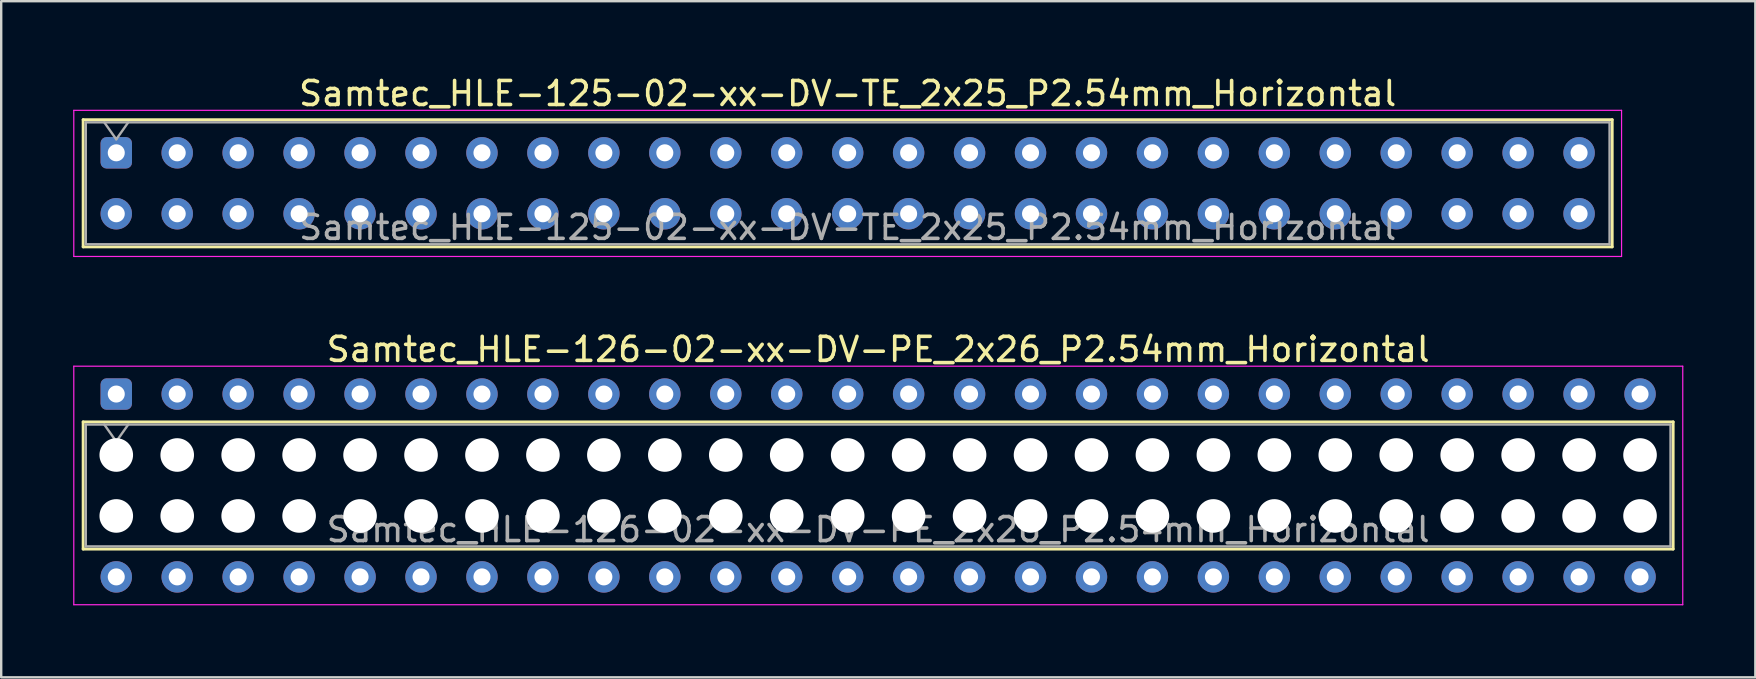
<source format=kicad_pcb>
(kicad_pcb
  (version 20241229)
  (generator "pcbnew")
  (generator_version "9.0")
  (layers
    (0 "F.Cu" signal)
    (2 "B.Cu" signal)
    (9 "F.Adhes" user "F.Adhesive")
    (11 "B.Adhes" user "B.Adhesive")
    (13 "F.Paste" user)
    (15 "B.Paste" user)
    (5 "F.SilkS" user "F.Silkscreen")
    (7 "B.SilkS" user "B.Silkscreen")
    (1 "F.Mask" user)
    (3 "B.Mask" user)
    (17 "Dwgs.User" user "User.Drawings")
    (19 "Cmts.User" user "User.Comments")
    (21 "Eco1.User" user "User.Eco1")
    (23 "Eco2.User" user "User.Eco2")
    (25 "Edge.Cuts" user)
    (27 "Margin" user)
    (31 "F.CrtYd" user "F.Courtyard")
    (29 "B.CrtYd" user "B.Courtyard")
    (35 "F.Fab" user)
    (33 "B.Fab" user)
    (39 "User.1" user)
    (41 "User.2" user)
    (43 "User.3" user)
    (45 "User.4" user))
  (footprint "Samtec_HLE-126-02-xx-DV-PE_2x26_P2.54mm_Horizontal"
    (layer "F.Cu")
    (at 1.795 13.371)
    (property "Reference" "Samtec_HLE-126-02-xx-DV-PE_2x26_P2.54mm_Horizontal" (at 31.75 -1.86 0) (layer "F.SilkS") (effects (font (size 1 1) (thickness 0.15))))
    (attr through_hole)
    (fp_line (start -1.38 1.16) (end 64.88 1.16) (stroke (width 0.12) (type solid)) (layer "F.SilkS"))
    (fp_line (start -1.38 6.46) (end -1.38 1.16) (stroke (width 0.12) (type solid)) (layer "F.SilkS"))
    (fp_line (start 64.88 1.16) (end 64.88 6.46) (stroke (width 0.12) (type solid)) (layer "F.SilkS"))
    (fp_line (start 64.88 6.46) (end -1.38 6.46) (stroke (width 0.12) (type solid)) (layer "F.SilkS"))
    (fp_line (start -1.77 -1.16) (end 65.28 -1.16) (stroke (width 0.05) (type solid)) (layer "F.CrtYd"))
    (fp_line (start -1.77 8.78) (end -1.77 -1.16) (stroke (width 0.05) (type solid)) (layer "F.CrtYd"))
    (fp_line (start 65.28 -1.16) (end 65.28 8.78) (stroke (width 0.05) (type solid)) (layer "F.CrtYd"))
    (fp_line (start 65.28 8.78) (end -1.77 8.78) (stroke (width 0.05) (type solid)) (layer "F.CrtYd"))
    (fp_line (start -1.27 1.27) (end 64.77 1.27) (stroke (width 0.1) (type solid)) (layer "F.Fab"))
    (fp_line (start -1.27 6.35) (end -1.27 1.27) (stroke (width 0.1) (type solid)) (layer "F.Fab"))
    (fp_line (start -0.5 1.27) (end 0 1.977) (stroke (width 0.1) (type solid)) (layer "F.Fab"))
    (fp_line (start 0 1.977) (end 0.5 1.27) (stroke (width 0.1) (type solid)) (layer "F.Fab"))
    (fp_line (start 64.77 1.27) (end 64.77 6.35) (stroke (width 0.1) (type solid)) (layer "F.Fab"))
    (fp_line (start 64.77 6.35) (end -1.27 6.35) (stroke (width 0.1) (type solid)) (layer "F.Fab"))
    (fp_text user "${REFERENCE}" (at 31.75 5.65 0) (layer "F.Fab") (effects (font (size 1 1) (thickness 0.15))))
    (pad "" np_thru_hole circle (at 0 2.54) (size 1.4 1.4) (drill 1.4) (layers "*.Cu" "*.Mask"))
    (pad "" np_thru_hole circle (at 0 5.08) (size 1.4 1.4) (drill 1.4) (layers "*.Cu" "*.Mask"))
    (pad "" np_thru_hole circle (at 2.54 2.54) (size 1.4 1.4) (drill 1.4) (layers "*.Cu" "*.Mask"))
    (pad "" np_thru_hole circle (at 2.54 5.08) (size 1.4 1.4) (drill 1.4) (layers "*.Cu" "*.Mask"))
    (pad "" np_thru_hole circle (at 5.08 2.54) (size 1.4 1.4) (drill 1.4) (layers "*.Cu" "*.Mask"))
    (pad "" np_thru_hole circle (at 5.08 5.08) (size 1.4 1.4) (drill 1.4) (layers "*.Cu" "*.Mask"))
    (pad "" np_thru_hole circle (at 7.62 2.54) (size 1.4 1.4) (drill 1.4) (layers "*.Cu" "*.Mask"))
    (pad "" np_thru_hole circle (at 7.62 5.08) (size 1.4 1.4) (drill 1.4) (layers "*.Cu" "*.Mask"))
    (pad "" np_thru_hole circle (at 10.16 2.54) (size 1.4 1.4) (drill 1.4) (layers "*.Cu" "*.Mask"))
    (pad "" np_thru_hole circle (at 10.16 5.08) (size 1.4 1.4) (drill 1.4) (layers "*.Cu" "*.Mask"))
    (pad "" np_thru_hole circle (at 12.7 2.54) (size 1.4 1.4) (drill 1.4) (layers "*.Cu" "*.Mask"))
    (pad "" np_thru_hole circle (at 12.7 5.08) (size 1.4 1.4) (drill 1.4) (layers "*.Cu" "*.Mask"))
    (pad "" np_thru_hole circle (at 15.24 2.54) (size 1.4 1.4) (drill 1.4) (layers "*.Cu" "*.Mask"))
    (pad "" np_thru_hole circle (at 15.24 5.08) (size 1.4 1.4) (drill 1.4) (layers "*.Cu" "*.Mask"))
    (pad "" np_thru_hole circle (at 17.78 2.54) (size 1.4 1.4) (drill 1.4) (layers "*.Cu" "*.Mask"))
    (pad "" np_thru_hole circle (at 17.78 5.08) (size 1.4 1.4) (drill 1.4) (layers "*.Cu" "*.Mask"))
    (pad "" np_thru_hole circle (at 20.32 2.54) (size 1.4 1.4) (drill 1.4) (layers "*.Cu" "*.Mask"))
    (pad "" np_thru_hole circle (at 20.32 5.08) (size 1.4 1.4) (drill 1.4) (layers "*.Cu" "*.Mask"))
    (pad "" np_thru_hole circle (at 22.86 2.54) (size 1.4 1.4) (drill 1.4) (layers "*.Cu" "*.Mask"))
    (pad "" np_thru_hole circle (at 22.86 5.08) (size 1.4 1.4) (drill 1.4) (layers "*.Cu" "*.Mask"))
    (pad "" np_thru_hole circle (at 25.4 2.54) (size 1.4 1.4) (drill 1.4) (layers "*.Cu" "*.Mask"))
    (pad "" np_thru_hole circle (at 25.4 5.08) (size 1.4 1.4) (drill 1.4) (layers "*.Cu" "*.Mask"))
    (pad "" np_thru_hole circle (at 27.94 2.54) (size 1.4 1.4) (drill 1.4) (layers "*.Cu" "*.Mask"))
    (pad "" np_thru_hole circle (at 27.94 5.08) (size 1.4 1.4) (drill 1.4) (layers "*.Cu" "*.Mask"))
    (pad "" np_thru_hole circle (at 30.48 2.54) (size 1.4 1.4) (drill 1.4) (layers "*.Cu" "*.Mask"))
    (pad "" np_thru_hole circle (at 30.48 5.08) (size 1.4 1.4) (drill 1.4) (layers "*.Cu" "*.Mask"))
    (pad "" np_thru_hole circle (at 33.02 2.54) (size 1.4 1.4) (drill 1.4) (layers "*.Cu" "*.Mask"))
    (pad "" np_thru_hole circle (at 33.02 5.08) (size 1.4 1.4) (drill 1.4) (layers "*.Cu" "*.Mask"))
    (pad "" np_thru_hole circle (at 35.56 2.54) (size 1.4 1.4) (drill 1.4) (layers "*.Cu" "*.Mask"))
    (pad "" np_thru_hole circle (at 35.56 5.08) (size 1.4 1.4) (drill 1.4) (layers "*.Cu" "*.Mask"))
    (pad "" np_thru_hole circle (at 38.1 2.54) (size 1.4 1.4) (drill 1.4) (layers "*.Cu" "*.Mask"))
    (pad "" np_thru_hole circle (at 38.1 5.08) (size 1.4 1.4) (drill 1.4) (layers "*.Cu" "*.Mask"))
    (pad "" np_thru_hole circle (at 40.64 2.54) (size 1.4 1.4) (drill 1.4) (layers "*.Cu" "*.Mask"))
    (pad "" np_thru_hole circle (at 40.64 5.08) (size 1.4 1.4) (drill 1.4) (layers "*.Cu" "*.Mask"))
    (pad "" np_thru_hole circle (at 43.18 2.54) (size 1.4 1.4) (drill 1.4) (layers "*.Cu" "*.Mask"))
    (pad "" np_thru_hole circle (at 43.18 5.08) (size 1.4 1.4) (drill 1.4) (layers "*.Cu" "*.Mask"))
    (pad "" np_thru_hole circle (at 45.72 2.54) (size 1.4 1.4) (drill 1.4) (layers "*.Cu" "*.Mask"))
    (pad "" np_thru_hole circle (at 45.72 5.08) (size 1.4 1.4) (drill 1.4) (layers "*.Cu" "*.Mask"))
    (pad "" np_thru_hole circle (at 48.26 2.54) (size 1.4 1.4) (drill 1.4) (layers "*.Cu" "*.Mask"))
    (pad "" np_thru_hole circle (at 48.26 5.08) (size 1.4 1.4) (drill 1.4) (layers "*.Cu" "*.Mask"))
    (pad "" np_thru_hole circle (at 50.8 2.54) (size 1.4 1.4) (drill 1.4) (layers "*.Cu" "*.Mask"))
    (pad "" np_thru_hole circle (at 50.8 5.08) (size 1.4 1.4) (drill 1.4) (layers "*.Cu" "*.Mask"))
    (pad "" np_thru_hole circle (at 53.34 2.54) (size 1.4 1.4) (drill 1.4) (layers "*.Cu" "*.Mask"))
    (pad "" np_thru_hole circle (at 53.34 5.08) (size 1.4 1.4) (drill 1.4) (layers "*.Cu" "*.Mask"))
    (pad "" np_thru_hole circle (at 55.88 2.54) (size 1.4 1.4) (drill 1.4) (layers "*.Cu" "*.Mask"))
    (pad "" np_thru_hole circle (at 55.88 5.08) (size 1.4 1.4) (drill 1.4) (layers "*.Cu" "*.Mask"))
    (pad "" np_thru_hole circle (at 58.42 2.54) (size 1.4 1.4) (drill 1.4) (layers "*.Cu" "*.Mask"))
    (pad "" np_thru_hole circle (at 58.42 5.08) (size 1.4 1.4) (drill 1.4) (layers "*.Cu" "*.Mask"))
    (pad "" np_thru_hole circle (at 60.96 2.54) (size 1.4 1.4) (drill 1.4) (layers "*.Cu" "*.Mask"))
    (pad "" np_thru_hole circle (at 60.96 5.08) (size 1.4 1.4) (drill 1.4) (layers "*.Cu" "*.Mask"))
    (pad "" np_thru_hole circle (at 63.5 2.54) (size 1.4 1.4) (drill 1.4) (layers "*.Cu" "*.Mask"))
    (pad "" np_thru_hole circle (at 63.5 5.08) (size 1.4 1.4) (drill 1.4) (layers "*.Cu" "*.Mask"))
    (pad "1" thru_hole roundrect (at 0 0) (size 1.31 1.31) (drill 0.71) (layers "*.Cu" "*.Mask") (roundrect_rratio 0.191))
    (pad "2" thru_hole circle (at 0 7.62) (size 1.31 1.31) (drill 0.71) (layers "*.Cu" "*.Mask"))
    (pad "3" thru_hole circle (at 2.54 0) (size 1.31 1.31) (drill 0.71) (layers "*.Cu" "*.Mask"))
    (pad "4" thru_hole circle (at 2.54 7.62) (size 1.31 1.31) (drill 0.71) (layers "*.Cu" "*.Mask"))
    (pad "5" thru_hole circle (at 5.08 0) (size 1.31 1.31) (drill 0.71) (layers "*.Cu" "*.Mask"))
    (pad "6" thru_hole circle (at 5.08 7.62) (size 1.31 1.31) (drill 0.71) (layers "*.Cu" "*.Mask"))
    (pad "7" thru_hole circle (at 7.62 0) (size 1.31 1.31) (drill 0.71) (layers "*.Cu" "*.Mask"))
    (pad "8" thru_hole circle (at 7.62 7.62) (size 1.31 1.31) (drill 0.71) (layers "*.Cu" "*.Mask"))
    (pad "9" thru_hole circle (at 10.16 0) (size 1.31 1.31) (drill 0.71) (layers "*.Cu" "*.Mask"))
    (pad "10" thru_hole circle (at 10.16 7.62) (size 1.31 1.31) (drill 0.71) (layers "*.Cu" "*.Mask"))
    (pad "11" thru_hole circle (at 12.7 0) (size 1.31 1.31) (drill 0.71) (layers "*.Cu" "*.Mask"))
    (pad "12" thru_hole circle (at 12.7 7.62) (size 1.31 1.31) (drill 0.71) (layers "*.Cu" "*.Mask"))
    (pad "13" thru_hole circle (at 15.24 0) (size 1.31 1.31) (drill 0.71) (layers "*.Cu" "*.Mask"))
    (pad "14" thru_hole circle (at 15.24 7.62) (size 1.31 1.31) (drill 0.71) (layers "*.Cu" "*.Mask"))
    (pad "15" thru_hole circle (at 17.78 0) (size 1.31 1.31) (drill 0.71) (layers "*.Cu" "*.Mask"))
    (pad "16" thru_hole circle (at 17.78 7.62) (size 1.31 1.31) (drill 0.71) (layers "*.Cu" "*.Mask"))
    (pad "17" thru_hole circle (at 20.32 0) (size 1.31 1.31) (drill 0.71) (layers "*.Cu" "*.Mask"))
    (pad "18" thru_hole circle (at 20.32 7.62) (size 1.31 1.31) (drill 0.71) (layers "*.Cu" "*.Mask"))
    (pad "19" thru_hole circle (at 22.86 0) (size 1.31 1.31) (drill 0.71) (layers "*.Cu" "*.Mask"))
    (pad "20" thru_hole circle (at 22.86 7.62) (size 1.31 1.31) (drill 0.71) (layers "*.Cu" "*.Mask"))
    (pad "21" thru_hole circle (at 25.4 0) (size 1.31 1.31) (drill 0.71) (layers "*.Cu" "*.Mask"))
    (pad "22" thru_hole circle (at 25.4 7.62) (size 1.31 1.31) (drill 0.71) (layers "*.Cu" "*.Mask"))
    (pad "23" thru_hole circle (at 27.94 0) (size 1.31 1.31) (drill 0.71) (layers "*.Cu" "*.Mask"))
    (pad "24" thru_hole circle (at 27.94 7.62) (size 1.31 1.31) (drill 0.71) (layers "*.Cu" "*.Mask"))
    (pad "25" thru_hole circle (at 30.48 0) (size 1.31 1.31) (drill 0.71) (layers "*.Cu" "*.Mask"))
    (pad "26" thru_hole circle (at 30.48 7.62) (size 1.31 1.31) (drill 0.71) (layers "*.Cu" "*.Mask"))
    (pad "27" thru_hole circle (at 33.02 0) (size 1.31 1.31) (drill 0.71) (layers "*.Cu" "*.Mask"))
    (pad "28" thru_hole circle (at 33.02 7.62) (size 1.31 1.31) (drill 0.71) (layers "*.Cu" "*.Mask"))
    (pad "29" thru_hole circle (at 35.56 0) (size 1.31 1.31) (drill 0.71) (layers "*.Cu" "*.Mask"))
    (pad "30" thru_hole circle (at 35.56 7.62) (size 1.31 1.31) (drill 0.71) (layers "*.Cu" "*.Mask"))
    (pad "31" thru_hole circle (at 38.1 0) (size 1.31 1.31) (drill 0.71) (layers "*.Cu" "*.Mask"))
    (pad "32" thru_hole circle (at 38.1 7.62) (size 1.31 1.31) (drill 0.71) (layers "*.Cu" "*.Mask"))
    (pad "33" thru_hole circle (at 40.64 0) (size 1.31 1.31) (drill 0.71) (layers "*.Cu" "*.Mask"))
    (pad "34" thru_hole circle (at 40.64 7.62) (size 1.31 1.31) (drill 0.71) (layers "*.Cu" "*.Mask"))
    (pad "35" thru_hole circle (at 43.18 0) (size 1.31 1.31) (drill 0.71) (layers "*.Cu" "*.Mask"))
    (pad "36" thru_hole circle (at 43.18 7.62) (size 1.31 1.31) (drill 0.71) (layers "*.Cu" "*.Mask"))
    (pad "37" thru_hole circle (at 45.72 0) (size 1.31 1.31) (drill 0.71) (layers "*.Cu" "*.Mask"))
    (pad "38" thru_hole circle (at 45.72 7.62) (size 1.31 1.31) (drill 0.71) (layers "*.Cu" "*.Mask"))
    (pad "39" thru_hole circle (at 48.26 0) (size 1.31 1.31) (drill 0.71) (layers "*.Cu" "*.Mask"))
    (pad "40" thru_hole circle (at 48.26 7.62) (size 1.31 1.31) (drill 0.71) (layers "*.Cu" "*.Mask"))
    (pad "41" thru_hole circle (at 50.8 0) (size 1.31 1.31) (drill 0.71) (layers "*.Cu" "*.Mask"))
    (pad "42" thru_hole circle (at 50.8 7.62) (size 1.31 1.31) (drill 0.71) (layers "*.Cu" "*.Mask"))
    (pad "43" thru_hole circle (at 53.34 0) (size 1.31 1.31) (drill 0.71) (layers "*.Cu" "*.Mask"))
    (pad "44" thru_hole circle (at 53.34 7.62) (size 1.31 1.31) (drill 0.71) (layers "*.Cu" "*.Mask"))
    (pad "45" thru_hole circle (at 55.88 0) (size 1.31 1.31) (drill 0.71) (layers "*.Cu" "*.Mask"))
    (pad "46" thru_hole circle (at 55.88 7.62) (size 1.31 1.31) (drill 0.71) (layers "*.Cu" "*.Mask"))
    (pad "47" thru_hole circle (at 58.42 0) (size 1.31 1.31) (drill 0.71) (layers "*.Cu" "*.Mask"))
    (pad "48" thru_hole circle (at 58.42 7.62) (size 1.31 1.31) (drill 0.71) (layers "*.Cu" "*.Mask"))
    (pad "49" thru_hole circle (at 60.96 0) (size 1.31 1.31) (drill 0.71) (layers "*.Cu" "*.Mask"))
    (pad "50" thru_hole circle (at 60.96 7.62) (size 1.31 1.31) (drill 0.71) (layers "*.Cu" "*.Mask"))
    (pad "51" thru_hole circle (at 63.5 0) (size 1.31 1.31) (drill 0.71) (layers "*.Cu" "*.Mask"))
    (pad "52" thru_hole circle (at 63.5 7.62) (size 1.31 1.31) (drill 0.71) (layers "*.Cu" "*.Mask")))
  (footprint "Samtec_HLE-125-02-xx-DV-TE_2x25_P2.54mm_Horizontal"
    (layer "F.Cu")
    (at 1.795 3.318)
    (property "Reference" "Samtec_HLE-125-02-xx-DV-TE_2x25_P2.54mm_Horizontal" (at 30.48 -2.47 0) (layer "F.SilkS") (effects (font (size 1 1) (thickness 0.15))))
    (attr through_hole)
    (fp_line (start -1.38 -1.38) (end 62.34 -1.38) (stroke (width 0.12) (type solid)) (layer "F.SilkS"))
    (fp_line (start -1.38 3.92) (end -1.38 -1.38) (stroke (width 0.12) (type solid)) (layer "F.SilkS"))
    (fp_line (start 62.34 -1.38) (end 62.34 3.92) (stroke (width 0.12) (type solid)) (layer "F.SilkS"))
    (fp_line (start 62.34 3.92) (end -1.38 3.92) (stroke (width 0.12) (type solid)) (layer "F.SilkS"))
    (fp_line (start -1.77 -1.77) (end 62.73 -1.77) (stroke (width 0.05) (type solid)) (layer "F.CrtYd"))
    (fp_line (start -1.77 4.32) (end -1.77 -1.77) (stroke (width 0.05) (type solid)) (layer "F.CrtYd"))
    (fp_line (start 62.73 -1.77) (end 62.73 4.32) (stroke (width 0.05) (type solid)) (layer "F.CrtYd"))
    (fp_line (start 62.73 4.32) (end -1.77 4.32) (stroke (width 0.05) (type solid)) (layer "F.CrtYd"))
    (fp_line (start -1.27 -1.27) (end 62.23 -1.27) (stroke (width 0.1) (type solid)) (layer "F.Fab"))
    (fp_line (start -1.27 3.81) (end -1.27 -1.27) (stroke (width 0.1) (type solid)) (layer "F.Fab"))
    (fp_line (start -0.5 -1.27) (end 0 -0.563) (stroke (width 0.1) (type solid)) (layer "F.Fab"))
    (fp_line (start 0 -0.563) (end 0.5 -1.27) (stroke (width 0.1) (type solid)) (layer "F.Fab"))
    (fp_line (start 62.23 -1.27) (end 62.23 3.81) (stroke (width 0.1) (type solid)) (layer "F.Fab"))
    (fp_line (start 62.23 3.81) (end -1.27 3.81) (stroke (width 0.1) (type solid)) (layer "F.Fab"))
    (fp_text user "${REFERENCE}" (at 30.48 3.11 0) (layer "F.Fab") (effects (font (size 1 1) (thickness 0.15))))
    (pad "1" thru_hole roundrect (at 0 0) (size 1.31 1.31) (drill 0.71) (layers "*.Cu" "*.Mask") (roundrect_rratio 0.191))
    (pad "2" thru_hole circle (at 0 2.54) (size 1.31 1.31) (drill 0.71) (layers "*.Cu" "*.Mask"))
    (pad "3" thru_hole circle (at 2.54 0) (size 1.31 1.31) (drill 0.71) (layers "*.Cu" "*.Mask"))
    (pad "4" thru_hole circle (at 2.54 2.54) (size 1.31 1.31) (drill 0.71) (layers "*.Cu" "*.Mask"))
    (pad "5" thru_hole circle (at 5.08 0) (size 1.31 1.31) (drill 0.71) (layers "*.Cu" "*.Mask"))
    (pad "6" thru_hole circle (at 5.08 2.54) (size 1.31 1.31) (drill 0.71) (layers "*.Cu" "*.Mask"))
    (pad "7" thru_hole circle (at 7.62 0) (size 1.31 1.31) (drill 0.71) (layers "*.Cu" "*.Mask"))
    (pad "8" thru_hole circle (at 7.62 2.54) (size 1.31 1.31) (drill 0.71) (layers "*.Cu" "*.Mask"))
    (pad "9" thru_hole circle (at 10.16 0) (size 1.31 1.31) (drill 0.71) (layers "*.Cu" "*.Mask"))
    (pad "10" thru_hole circle (at 10.16 2.54) (size 1.31 1.31) (drill 0.71) (layers "*.Cu" "*.Mask"))
    (pad "11" thru_hole circle (at 12.7 0) (size 1.31 1.31) (drill 0.71) (layers "*.Cu" "*.Mask"))
    (pad "12" thru_hole circle (at 12.7 2.54) (size 1.31 1.31) (drill 0.71) (layers "*.Cu" "*.Mask"))
    (pad "13" thru_hole circle (at 15.24 0) (size 1.31 1.31) (drill 0.71) (layers "*.Cu" "*.Mask"))
    (pad "14" thru_hole circle (at 15.24 2.54) (size 1.31 1.31) (drill 0.71) (layers "*.Cu" "*.Mask"))
    (pad "15" thru_hole circle (at 17.78 0) (size 1.31 1.31) (drill 0.71) (layers "*.Cu" "*.Mask"))
    (pad "16" thru_hole circle (at 17.78 2.54) (size 1.31 1.31) (drill 0.71) (layers "*.Cu" "*.Mask"))
    (pad "17" thru_hole circle (at 20.32 0) (size 1.31 1.31) (drill 0.71) (layers "*.Cu" "*.Mask"))
    (pad "18" thru_hole circle (at 20.32 2.54) (size 1.31 1.31) (drill 0.71) (layers "*.Cu" "*.Mask"))
    (pad "19" thru_hole circle (at 22.86 0) (size 1.31 1.31) (drill 0.71) (layers "*.Cu" "*.Mask"))
    (pad "20" thru_hole circle (at 22.86 2.54) (size 1.31 1.31) (drill 0.71) (layers "*.Cu" "*.Mask"))
    (pad "21" thru_hole circle (at 25.4 0) (size 1.31 1.31) (drill 0.71) (layers "*.Cu" "*.Mask"))
    (pad "22" thru_hole circle (at 25.4 2.54) (size 1.31 1.31) (drill 0.71) (layers "*.Cu" "*.Mask"))
    (pad "23" thru_hole circle (at 27.94 0) (size 1.31 1.31) (drill 0.71) (layers "*.Cu" "*.Mask"))
    (pad "24" thru_hole circle (at 27.94 2.54) (size 1.31 1.31) (drill 0.71) (layers "*.Cu" "*.Mask"))
    (pad "25" thru_hole circle (at 30.48 0) (size 1.31 1.31) (drill 0.71) (layers "*.Cu" "*.Mask"))
    (pad "26" thru_hole circle (at 30.48 2.54) (size 1.31 1.31) (drill 0.71) (layers "*.Cu" "*.Mask"))
    (pad "27" thru_hole circle (at 33.02 0) (size 1.31 1.31) (drill 0.71) (layers "*.Cu" "*.Mask"))
    (pad "28" thru_hole circle (at 33.02 2.54) (size 1.31 1.31) (drill 0.71) (layers "*.Cu" "*.Mask"))
    (pad "29" thru_hole circle (at 35.56 0) (size 1.31 1.31) (drill 0.71) (layers "*.Cu" "*.Mask"))
    (pad "30" thru_hole circle (at 35.56 2.54) (size 1.31 1.31) (drill 0.71) (layers "*.Cu" "*.Mask"))
    (pad "31" thru_hole circle (at 38.1 0) (size 1.31 1.31) (drill 0.71) (layers "*.Cu" "*.Mask"))
    (pad "32" thru_hole circle (at 38.1 2.54) (size 1.31 1.31) (drill 0.71) (layers "*.Cu" "*.Mask"))
    (pad "33" thru_hole circle (at 40.64 0) (size 1.31 1.31) (drill 0.71) (layers "*.Cu" "*.Mask"))
    (pad "34" thru_hole circle (at 40.64 2.54) (size 1.31 1.31) (drill 0.71) (layers "*.Cu" "*.Mask"))
    (pad "35" thru_hole circle (at 43.18 0) (size 1.31 1.31) (drill 0.71) (layers "*.Cu" "*.Mask"))
    (pad "36" thru_hole circle (at 43.18 2.54) (size 1.31 1.31) (drill 0.71) (layers "*.Cu" "*.Mask"))
    (pad "37" thru_hole circle (at 45.72 0) (size 1.31 1.31) (drill 0.71) (layers "*.Cu" "*.Mask"))
    (pad "38" thru_hole circle (at 45.72 2.54) (size 1.31 1.31) (drill 0.71) (layers "*.Cu" "*.Mask"))
    (pad "39" thru_hole circle (at 48.26 0) (size 1.31 1.31) (drill 0.71) (layers "*.Cu" "*.Mask"))
    (pad "40" thru_hole circle (at 48.26 2.54) (size 1.31 1.31) (drill 0.71) (layers "*.Cu" "*.Mask"))
    (pad "41" thru_hole circle (at 50.8 0) (size 1.31 1.31) (drill 0.71) (layers "*.Cu" "*.Mask"))
    (pad "42" thru_hole circle (at 50.8 2.54) (size 1.31 1.31) (drill 0.71) (layers "*.Cu" "*.Mask"))
    (pad "43" thru_hole circle (at 53.34 0) (size 1.31 1.31) (drill 0.71) (layers "*.Cu" "*.Mask"))
    (pad "44" thru_hole circle (at 53.34 2.54) (size 1.31 1.31) (drill 0.71) (layers "*.Cu" "*.Mask"))
    (pad "45" thru_hole circle (at 55.88 0) (size 1.31 1.31) (drill 0.71) (layers "*.Cu" "*.Mask"))
    (pad "46" thru_hole circle (at 55.88 2.54) (size 1.31 1.31) (drill 0.71) (layers "*.Cu" "*.Mask"))
    (pad "47" thru_hole circle (at 58.42 0) (size 1.31 1.31) (drill 0.71) (layers "*.Cu" "*.Mask"))
    (pad "48" thru_hole circle (at 58.42 2.54) (size 1.31 1.31) (drill 0.71) (layers "*.Cu" "*.Mask"))
    (pad "49" thru_hole circle (at 60.96 0) (size 1.31 1.31) (drill 0.71) (layers "*.Cu" "*.Mask"))
    (pad "50" thru_hole circle (at 60.96 2.54) (size 1.31 1.31) (drill 0.71) (layers "*.Cu" "*.Mask")))
  (gr_rect
    (start -3 -3)
    (end 70.1 25.177)
    (stroke (width 0.1) (type default))
    (fill no)
    (layer "Edge.Cuts")))
</source>
